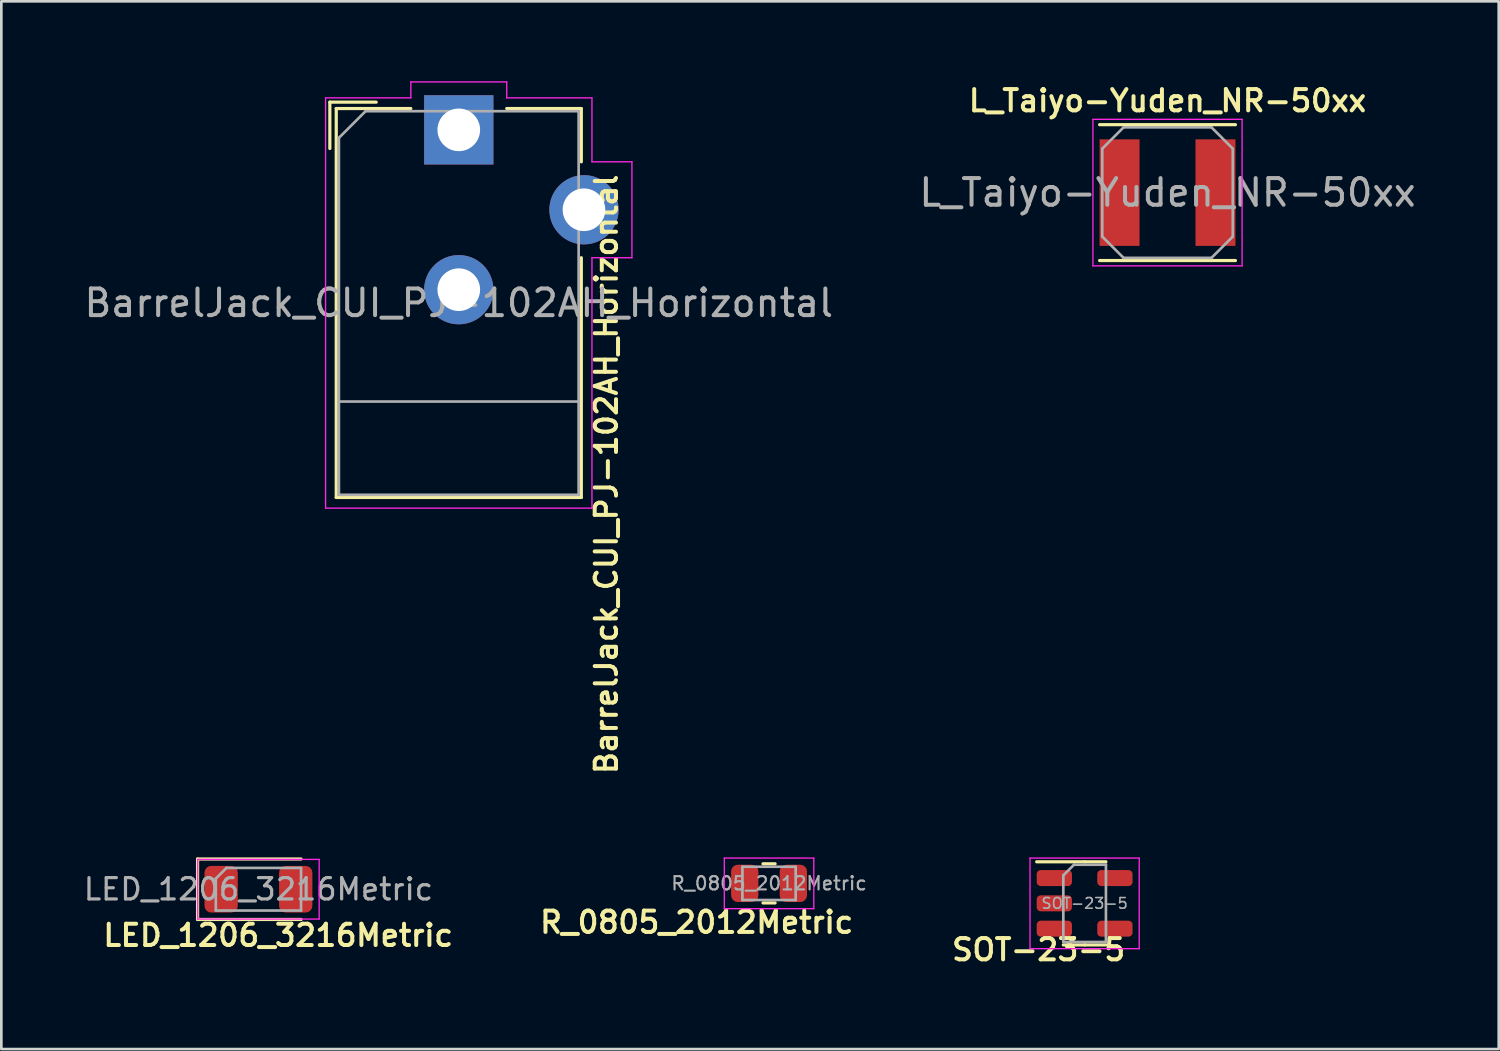
<source format=kicad_pcb>
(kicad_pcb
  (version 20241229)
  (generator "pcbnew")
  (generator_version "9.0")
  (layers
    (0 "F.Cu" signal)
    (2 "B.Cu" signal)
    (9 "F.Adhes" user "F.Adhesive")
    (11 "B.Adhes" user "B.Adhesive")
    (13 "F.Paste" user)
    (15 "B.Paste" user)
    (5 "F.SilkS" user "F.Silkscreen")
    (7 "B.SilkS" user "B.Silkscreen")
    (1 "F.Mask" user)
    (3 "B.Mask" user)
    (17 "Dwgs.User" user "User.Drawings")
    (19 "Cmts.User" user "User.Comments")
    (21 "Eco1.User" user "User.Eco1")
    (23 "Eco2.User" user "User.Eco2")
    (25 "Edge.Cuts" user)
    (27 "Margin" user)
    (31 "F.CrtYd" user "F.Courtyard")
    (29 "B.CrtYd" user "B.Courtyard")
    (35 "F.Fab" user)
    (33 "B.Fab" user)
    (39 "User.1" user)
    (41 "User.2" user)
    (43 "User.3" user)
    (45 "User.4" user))
  (footprint "BarrelJack_CUI_PJ-102AH_Horizontal"
    (layer "F.Cu")
    (at 14.173 1.825)
    (property "Reference" "BarrelJack_CUI_PJ-102AH_Horizontal" (at 5.54 12.93 270) (layer "F.SilkS") (effects (font (size 0.8 0.8) (thickness 0.15))))
    (attr through_hole)
    (fp_line (start -4.84 -1.04) (end -3.1 -1.04) (stroke (width 0.12) (type solid)) (layer "F.SilkS"))
    (fp_line (start -4.84 0.7) (end -4.84 -1.04) (stroke (width 0.12) (type solid)) (layer "F.SilkS"))
    (fp_line (start -4.6 -0.8) (end -1.8 -0.8) (stroke (width 0.12) (type solid)) (layer "F.SilkS"))
    (fp_line (start -4.6 13.8) (end -4.6 -0.8) (stroke (width 0.12) (type solid)) (layer "F.SilkS"))
    (fp_line (start 1.8 -0.8) (end 4.6 -0.8) (stroke (width 0.12) (type solid)) (layer "F.SilkS"))
    (fp_line (start 4.6 -0.8) (end 4.6 1.2) (stroke (width 0.12) (type solid)) (layer "F.SilkS"))
    (fp_line (start 4.6 4.8) (end 4.6 13.8) (stroke (width 0.12) (type solid)) (layer "F.SilkS"))
    (fp_line (start 4.6 13.8) (end -4.6 13.8) (stroke (width 0.12) (type solid)) (layer "F.SilkS"))
    (fp_line (start -5 -1.2) (end -1.8 -1.2) (stroke (width 0.05) (type solid)) (layer "F.CrtYd"))
    (fp_line (start -5 14.2) (end -5 -1.2) (stroke (width 0.05) (type solid)) (layer "F.CrtYd"))
    (fp_line (start -1.8 -1.8) (end 1.8 -1.8) (stroke (width 0.05) (type solid)) (layer "F.CrtYd"))
    (fp_line (start -1.8 -1.2) (end -1.8 -1.8) (stroke (width 0.05) (type solid)) (layer "F.CrtYd"))
    (fp_line (start 1.8 -1.8) (end 1.8 -1.2) (stroke (width 0.05) (type solid)) (layer "F.CrtYd"))
    (fp_line (start 1.8 -1.2) (end 5 -1.2) (stroke (width 0.05) (type solid)) (layer "F.CrtYd"))
    (fp_line (start 5 -1.2) (end 5 1.2) (stroke (width 0.05) (type solid)) (layer "F.CrtYd"))
    (fp_line (start 5 1.2) (end 6.5 1.2) (stroke (width 0.05) (type solid)) (layer "F.CrtYd"))
    (fp_line (start 5 4.8) (end 5 14.2) (stroke (width 0.05) (type solid)) (layer "F.CrtYd"))
    (fp_line (start 5 14.2) (end -5 14.2) (stroke (width 0.05) (type solid)) (layer "F.CrtYd"))
    (fp_line (start 6.5 1.2) (end 6.5 4.8) (stroke (width 0.05) (type solid)) (layer "F.CrtYd"))
    (fp_line (start 6.5 4.8) (end 5 4.8) (stroke (width 0.05) (type solid)) (layer "F.CrtYd"))
    (fp_line (start -4.5 0.3) (end -3.5 -0.7) (stroke (width 0.1) (type solid)) (layer "F.Fab"))
    (fp_line (start -4.5 10.2) (end 4.5 10.2) (stroke (width 0.1) (type solid)) (layer "F.Fab"))
    (fp_line (start -4.5 13.7) (end -4.5 0.3) (stroke (width 0.1) (type solid)) (layer "F.Fab"))
    (fp_line (start -3.5 -0.7) (end 4.5 -0.7) (stroke (width 0.1) (type solid)) (layer "F.Fab"))
    (fp_line (start 4.5 -0.7) (end 4.5 13.7) (stroke (width 0.1) (type solid)) (layer "F.Fab"))
    (fp_line (start 4.5 13.7) (end -4.5 13.7) (stroke (width 0.1) (type solid)) (layer "F.Fab"))
    (fp_text user "${REFERENCE}" (at 0 6.5 180) (layer "F.Fab") (effects (font (size 1 1) (thickness 0.15))))
    (pad "1" thru_hole rect (at 0 0) (size 2.6 2.6) (drill 1.6) (layers "*.Cu" "*.Mask"))
    (pad "2" thru_hole circle (at 0 6) (size 2.6 2.6) (drill 1.6) (layers "*.Cu" "*.Mask"))
    (pad "3" thru_hole circle (at 4.7 3) (size 2.6 2.6) (drill 1.6) (layers "*.Cu" "*.Mask")))
  (footprint "R_0805_2012Metric"
    (layer "F.Cu")
    (at 25.821 30.113)
    (property "Reference" "R_0805_2012Metric" (at -2.717 1.46 0) (layer "F.SilkS") (effects (font (size 0.8 0.8) (thickness 0.15))))
    (attr smd)
    (fp_line (start -0.227 -0.735) (end 0.227 -0.735) (stroke (width 0.12) (type solid)) (layer "F.SilkS"))
    (fp_line (start -0.227 0.735) (end 0.227 0.735) (stroke (width 0.12) (type solid)) (layer "F.SilkS"))
    (fp_line (start -1.68 -0.95) (end 1.68 -0.95) (stroke (width 0.05) (type solid)) (layer "F.CrtYd"))
    (fp_line (start -1.68 0.95) (end -1.68 -0.95) (stroke (width 0.05) (type solid)) (layer "F.CrtYd"))
    (fp_line (start 1.68 -0.95) (end 1.68 0.95) (stroke (width 0.05) (type solid)) (layer "F.CrtYd"))
    (fp_line (start 1.68 0.95) (end -1.68 0.95) (stroke (width 0.05) (type solid)) (layer "F.CrtYd"))
    (fp_line (start -1 -0.625) (end 1 -0.625) (stroke (width 0.1) (type solid)) (layer "F.Fab"))
    (fp_line (start -1 0.625) (end -1 -0.625) (stroke (width 0.1) (type solid)) (layer "F.Fab"))
    (fp_line (start 1 -0.625) (end 1 0.625) (stroke (width 0.1) (type solid)) (layer "F.Fab"))
    (fp_line (start 1 0.625) (end -1 0.625) (stroke (width 0.1) (type solid)) (layer "F.Fab"))
    (fp_text user "${REFERENCE}" (at 0 0 0) (layer "F.Fab") (effects (font (size 0.5 0.5) (thickness 0.08))))
    (pad "1" smd roundrect (at -0.912 0 180) (size 1.025 1.4) (layers "F.Cu" "F.Mask" "F.Paste") (roundrect_rratio 0.244))
    (pad "2" smd roundrect (at 0.912 0 180) (size 1.025 1.4) (layers "F.Cu" "F.Mask" "F.Paste") (roundrect_rratio 0.244)))
  (footprint "SOT-23-5"
    (layer "F.Cu")
    (at 37.668 30.863)
    (property "Reference" "SOT-23-5" (at -1.728 1.74 180) (layer "F.SilkS") (effects (font (size 0.8 0.8) (thickness 0.15))))
    (attr smd)
    (fp_line (start 0 -1.56) (end -1.8 -1.56) (stroke (width 0.12) (type solid)) (layer "F.SilkS"))
    (fp_line (start 0 -1.56) (end 0.8 -1.56) (stroke (width 0.12) (type solid)) (layer "F.SilkS"))
    (fp_line (start 0 1.56) (end -0.8 1.56) (stroke (width 0.12) (type solid)) (layer "F.SilkS"))
    (fp_line (start 0 1.56) (end 0.8 1.56) (stroke (width 0.12) (type solid)) (layer "F.SilkS"))
    (fp_line (start -2.05 -1.7) (end -2.05 1.7) (stroke (width 0.05) (type solid)) (layer "F.CrtYd"))
    (fp_line (start -2.05 1.7) (end 2.05 1.7) (stroke (width 0.05) (type solid)) (layer "F.CrtYd"))
    (fp_line (start 2.05 -1.7) (end -2.05 -1.7) (stroke (width 0.05) (type solid)) (layer "F.CrtYd"))
    (fp_line (start 2.05 1.7) (end 2.05 -1.7) (stroke (width 0.05) (type solid)) (layer "F.CrtYd"))
    (fp_line (start -0.8 -1.05) (end -0.4 -1.45) (stroke (width 0.1) (type solid)) (layer "F.Fab"))
    (fp_line (start -0.8 1.45) (end -0.8 -1.05) (stroke (width 0.1) (type solid)) (layer "F.Fab"))
    (fp_line (start -0.4 -1.45) (end 0.8 -1.45) (stroke (width 0.1) (type solid)) (layer "F.Fab"))
    (fp_line (start 0.8 -1.45) (end 0.8 1.45) (stroke (width 0.1) (type solid)) (layer "F.Fab"))
    (fp_line (start 0.8 1.45) (end -0.8 1.45) (stroke (width 0.1) (type solid)) (layer "F.Fab"))
    (fp_text user "${REFERENCE}" (at 0 0 180) (layer "F.Fab") (effects (font (size 0.4 0.4) (thickness 0.06))))
    (pad "1" smd roundrect (at -1.137 -0.95) (size 1.325 0.6) (layers "F.Cu" "F.Mask" "F.Paste") (roundrect_rratio 0.25))
    (pad "2" smd roundrect (at -1.137 0) (size 1.325 0.6) (layers "F.Cu" "F.Mask" "F.Paste") (roundrect_rratio 0.25))
    (pad "3" smd roundrect (at -1.137 0.95) (size 1.325 0.6) (layers "F.Cu" "F.Mask" "F.Paste") (roundrect_rratio 0.25))
    (pad "4" smd roundrect (at 1.137 0.95) (size 1.325 0.6) (layers "F.Cu" "F.Mask" "F.Paste") (roundrect_rratio 0.25))
    (pad "5" smd roundrect (at 1.137 -0.95) (size 1.325 0.6) (layers "F.Cu" "F.Mask" "F.Paste") (roundrect_rratio 0.25)))
  (footprint "LED_1206_3216Metric"
    (layer "F.Cu")
    (at 6.652 30.333)
    (property "Reference" "LED_1206_3216Metric" (at 0.742 1.732 180) (layer "F.SilkS") (effects (font (size 0.8 0.8) (thickness 0.15))))
    (attr smd)
    (fp_line (start -2.285 -1.135) (end -2.285 1.135) (stroke (width 0.12) (type solid)) (layer "F.SilkS"))
    (fp_line (start -2.285 1.135) (end 1.6 1.135) (stroke (width 0.12) (type solid)) (layer "F.SilkS"))
    (fp_line (start 1.6 -1.135) (end -2.285 -1.135) (stroke (width 0.12) (type solid)) (layer "F.SilkS"))
    (fp_line (start -2.28 -1.12) (end 2.28 -1.12) (stroke (width 0.05) (type solid)) (layer "F.CrtYd"))
    (fp_line (start -2.28 1.12) (end -2.28 -1.12) (stroke (width 0.05) (type solid)) (layer "F.CrtYd"))
    (fp_line (start 2.28 -1.12) (end 2.28 1.12) (stroke (width 0.05) (type solid)) (layer "F.CrtYd"))
    (fp_line (start 2.28 1.12) (end -2.28 1.12) (stroke (width 0.05) (type solid)) (layer "F.CrtYd"))
    (fp_line (start -1.6 -0.4) (end -1.6 0.8) (stroke (width 0.1) (type solid)) (layer "F.Fab"))
    (fp_line (start -1.6 0.8) (end 1.6 0.8) (stroke (width 0.1) (type solid)) (layer "F.Fab"))
    (fp_line (start -1.2 -0.8) (end -1.6 -0.4) (stroke (width 0.1) (type solid)) (layer "F.Fab"))
    (fp_line (start 1.6 -0.8) (end -1.2 -0.8) (stroke (width 0.1) (type solid)) (layer "F.Fab"))
    (fp_line (start 1.6 0.8) (end 1.6 -0.8) (stroke (width 0.1) (type solid)) (layer "F.Fab"))
    (fp_text user "${REFERENCE}" (at 0 0 180) (layer "F.Fab") (effects (font (size 0.8 0.8) (thickness 0.12))))
    (pad "1" smd roundrect (at -1.4 0) (size 1.25 1.75) (layers "F.Cu" "F.Mask" "F.Paste") (roundrect_rratio 0.2))
    (pad "2" smd roundrect (at 1.4 0) (size 1.25 1.75) (layers "F.Cu" "F.Mask" "F.Paste") (roundrect_rratio 0.2)))
  (footprint "L_Taiyo-Yuden_NR-50xx"
    (layer "F.Cu")
    (at 40.78 4.181)
    (property "Reference" "L_Taiyo-Yuden_NR-50xx" (at 0 -3.45 180) (layer "F.SilkS") (effects (font (size 0.8 0.8) (thickness 0.15))))
    (attr smd)
    (fp_line (start -2.55 -2.55) (end 2.55 -2.55) (stroke (width 0.12) (type solid)) (layer "F.SilkS"))
    (fp_line (start -2.55 2.55) (end 2.55 2.55) (stroke (width 0.12) (type solid)) (layer "F.SilkS"))
    (fp_line (start -2.8 -2.75) (end -2.8 2.75) (stroke (width 0.05) (type solid)) (layer "F.CrtYd"))
    (fp_line (start -2.8 2.75) (end 2.8 2.75) (stroke (width 0.05) (type solid)) (layer "F.CrtYd"))
    (fp_line (start 2.8 -2.75) (end -2.8 -2.75) (stroke (width 0.05) (type solid)) (layer "F.CrtYd"))
    (fp_line (start 2.8 2.75) (end 2.8 -2.75) (stroke (width 0.05) (type solid)) (layer "F.CrtYd"))
    (fp_line (start -2.45 -1.65) (end -1.65 -2.45) (stroke (width 0.1) (type solid)) (layer "F.Fab"))
    (fp_line (start -2.45 1.65) (end -2.45 -1.65) (stroke (width 0.1) (type solid)) (layer "F.Fab"))
    (fp_line (start -2.45 1.65) (end -1.65 2.45) (stroke (width 0.1) (type solid)) (layer "F.Fab"))
    (fp_line (start -1.65 -2.45) (end 1.65 -2.45) (stroke (width 0.1) (type solid)) (layer "F.Fab"))
    (fp_line (start -1.65 2.45) (end 1.65 2.45) (stroke (width 0.1) (type solid)) (layer "F.Fab"))
    (fp_line (start 2.45 -1.65) (end 1.65 -2.45) (stroke (width 0.1) (type solid)) (layer "F.Fab"))
    (fp_line (start 2.45 -1.65) (end 2.45 1.65) (stroke (width 0.1) (type solid)) (layer "F.Fab"))
    (fp_line (start 2.45 1.65) (end 1.65 2.45) (stroke (width 0.1) (type solid)) (layer "F.Fab"))
    (fp_text user "${REFERENCE}" (at 0 0 180) (layer "F.Fab") (effects (font (size 1 1) (thickness 0.15))))
    (pad "1" smd rect (at -1.8 0) (size 1.5 4) (layers "F.Cu" "F.Mask" "F.Paste"))
    (pad "2" smd rect (at 1.8 0) (size 1.5 4) (layers "F.Cu" "F.Mask" "F.Paste")))
  (gr_rect
    (start -3 -3)
    (end 53.214 36.334)
    (stroke (width 0.1) (type default))
    (fill no)
    (layer "Edge.Cuts")))
</source>
